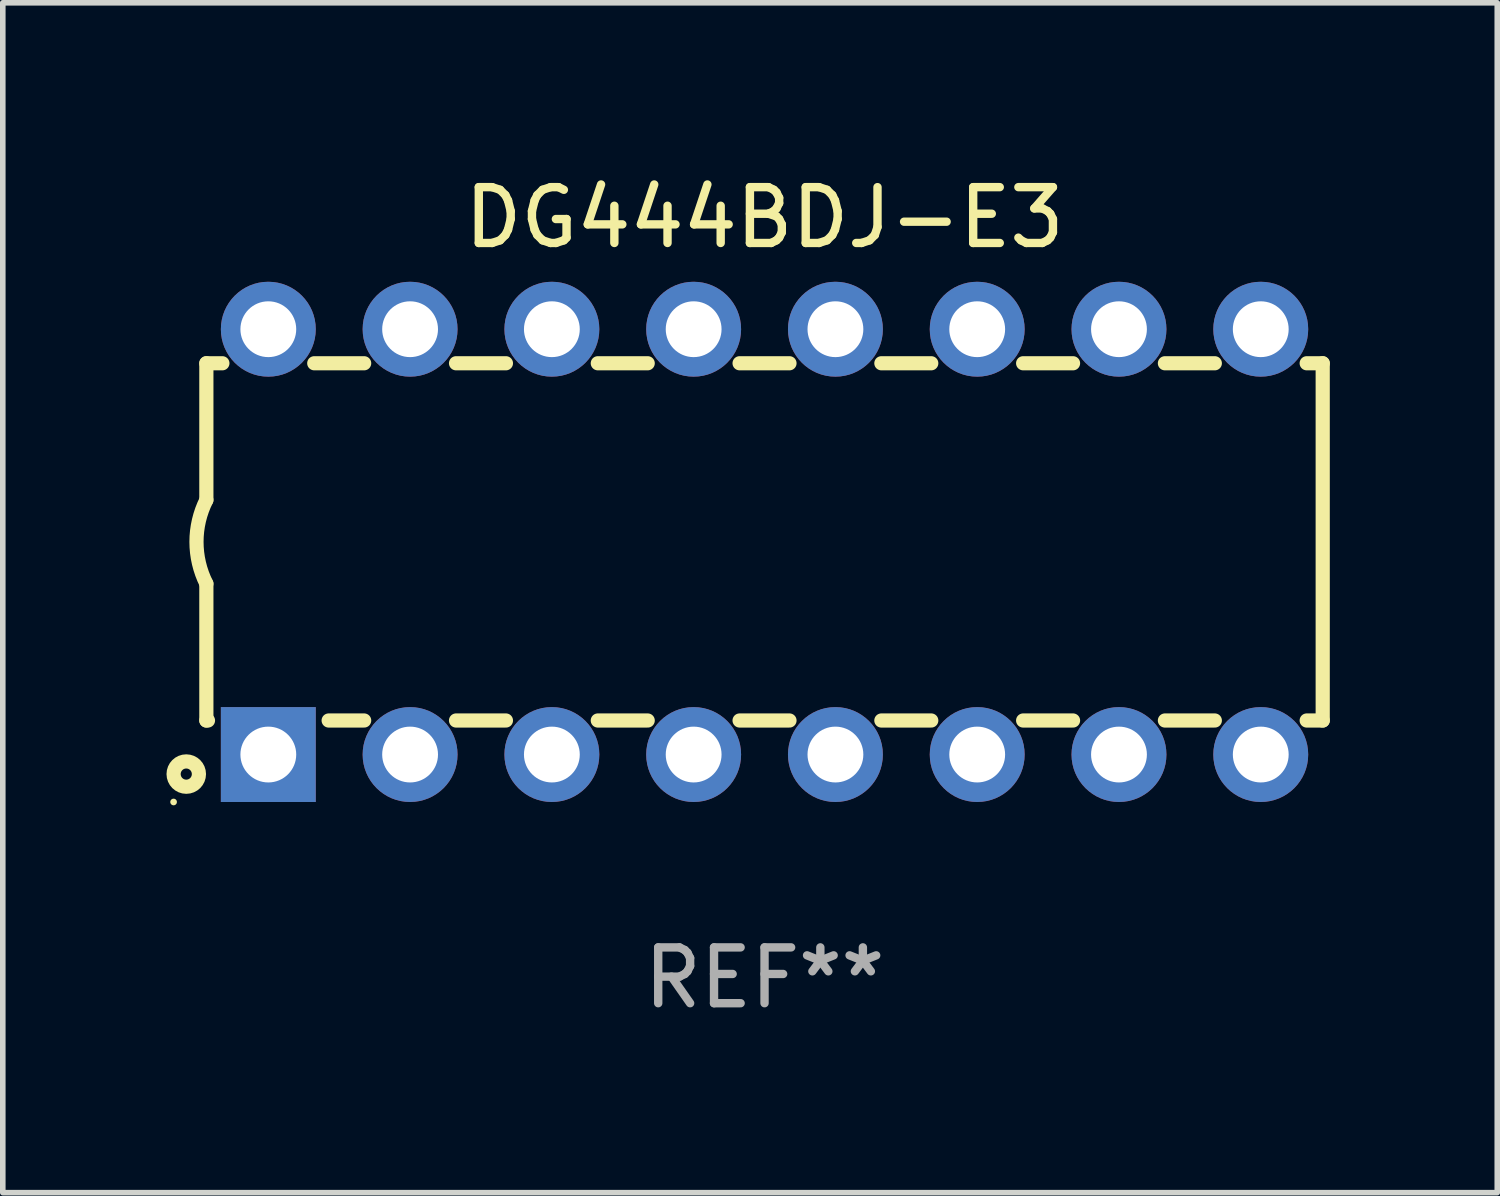
<source format=kicad_pcb>
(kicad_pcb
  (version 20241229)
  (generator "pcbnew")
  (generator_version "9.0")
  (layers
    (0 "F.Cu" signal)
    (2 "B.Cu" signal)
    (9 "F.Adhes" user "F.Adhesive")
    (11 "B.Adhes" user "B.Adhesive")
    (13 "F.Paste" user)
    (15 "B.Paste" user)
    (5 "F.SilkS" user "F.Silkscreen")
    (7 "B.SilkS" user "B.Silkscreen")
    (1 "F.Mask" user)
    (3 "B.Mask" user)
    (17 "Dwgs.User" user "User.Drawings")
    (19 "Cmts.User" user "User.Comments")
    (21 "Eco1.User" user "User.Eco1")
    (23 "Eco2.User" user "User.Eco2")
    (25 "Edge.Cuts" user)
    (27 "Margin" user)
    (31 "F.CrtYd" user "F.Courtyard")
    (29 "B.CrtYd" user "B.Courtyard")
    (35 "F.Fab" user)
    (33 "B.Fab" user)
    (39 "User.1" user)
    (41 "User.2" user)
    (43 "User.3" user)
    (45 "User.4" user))
  (footprint "DG444BDJ-E3"
    (layer "F.Cu")
    (at 10.647 6.658)
    (property "Reference" "DG444BDJ-E3" (at 0 -5.81 0) (layer "F.SilkS") (effects (font (size 1 1) (thickness 0.15))))
    (attr through_hole)
    (fp_line (start -10 -3.2) (end -10 -0.75) (stroke (width 0.254) (type solid)) (layer "F.SilkS"))
    (fp_line (start -10 -3.2) (end -9.713 -3.2) (stroke (width 0.254) (type solid)) (layer "F.SilkS"))
    (fp_line (start -10 3.2) (end -10 0.75) (stroke (width 0.254) (type solid)) (layer "F.SilkS"))
    (fp_line (start -10 3.2) (end -9.971 3.2) (stroke (width 0.254) (type solid)) (layer "F.SilkS"))
    (fp_line (start -8.067 -3.2) (end -7.173 -3.2) (stroke (width 0.254) (type solid)) (layer "F.SilkS"))
    (fp_line (start -7.809 3.2) (end -7.173 3.2) (stroke (width 0.254) (type solid)) (layer "F.SilkS"))
    (fp_line (start -5.527 3.2) (end -4.633 3.2) (stroke (width 0.254) (type solid)) (layer "F.SilkS"))
    (fp_line (start -5.527 -3.2) (end -4.633 -3.2) (stroke (width 0.254) (type solid)) (layer "F.SilkS"))
    (fp_line (start -2.987 3.2) (end -2.093 3.2) (stroke (width 0.254) (type solid)) (layer "F.SilkS"))
    (fp_line (start -2.987 -3.2) (end -2.093 -3.2) (stroke (width 0.254) (type solid)) (layer "F.SilkS"))
    (fp_line (start -0.447 3.2) (end 0.447 3.2) (stroke (width 0.254) (type solid)) (layer "F.SilkS"))
    (fp_line (start -0.447 -3.2) (end 0.447 -3.2) (stroke (width 0.254) (type solid)) (layer "F.SilkS"))
    (fp_line (start 2.093 3.2) (end 2.987 3.2) (stroke (width 0.254) (type solid)) (layer "F.SilkS"))
    (fp_line (start 2.093 -3.2) (end 2.987 -3.2) (stroke (width 0.254) (type solid)) (layer "F.SilkS"))
    (fp_line (start 4.633 3.2) (end 5.527 3.2) (stroke (width 0.254) (type solid)) (layer "F.SilkS"))
    (fp_line (start 4.633 -3.2) (end 5.527 -3.2) (stroke (width 0.254) (type solid)) (layer "F.SilkS"))
    (fp_line (start 7.173 3.2) (end 8.067 3.2) (stroke (width 0.254) (type solid)) (layer "F.SilkS"))
    (fp_line (start 7.173 -3.2) (end 8.067 -3.2) (stroke (width 0.254) (type solid)) (layer "F.SilkS"))
    (fp_line (start 9.713 3.2) (end 10 3.2) (stroke (width 0.254) (type solid)) (layer "F.SilkS"))
    (fp_line (start 9.713 -3.2) (end 10 -3.2) (stroke (width 0.254) (type solid)) (layer "F.SilkS"))
    (fp_line (start 10 -3.2) (end 10 3.2) (stroke (width 0.254) (type solid)) (layer "F.SilkS"))
    (fp_arc (start -10 0.748793) (mid -10.176918 -0.000607) (end -10.000025 -0.750013) (stroke (width 0.254001) (type solid)) (layer "F.SilkS"))
    (fp_circle (center -10.587 4.66) (end -10.557 4.66) (stroke (width 0.06) (type solid)) (fill no) (layer "F.SilkS"))
    (fp_circle (center -10.36 4.16) (end -10.26 4.16) (stroke (width 0.254) (type solid)) (fill no) (layer "F.SilkS"))
    (fp_text user "REF**" (at 0 7.81 0) (layer "F.Fab") (effects (font (size 1 1) (thickness 0.15))))
    (pad "1" thru_hole rect (at -8.89 3.81 90) (size 1.7 1.7) (drill 1) (layers "*.Cu" "*.Mask"))
    (pad "2" thru_hole circle (at -6.35 3.81) (size 1.7 1.7) (drill 1) (layers "*.Cu" "*.Mask"))
    (pad "3" thru_hole circle (at -3.81 3.81) (size 1.7 1.7) (drill 1) (layers "*.Cu" "*.Mask"))
    (pad "4" thru_hole circle (at -1.27 3.81) (size 1.7 1.7) (drill 1) (layers "*.Cu" "*.Mask"))
    (pad "5" thru_hole circle (at 1.27 3.81) (size 1.7 1.7) (drill 1) (layers "*.Cu" "*.Mask"))
    (pad "6" thru_hole circle (at 3.81 3.81) (size 1.7 1.7) (drill 1) (layers "*.Cu" "*.Mask"))
    (pad "7" thru_hole circle (at 6.35 3.81) (size 1.7 1.7) (drill 1) (layers "*.Cu" "*.Mask"))
    (pad "8" thru_hole circle (at 8.89 3.81) (size 1.7 1.7) (drill 1) (layers "*.Cu" "*.Mask"))
    (pad "9" thru_hole circle (at 8.89 -3.81) (size 1.7 1.7) (drill 1) (layers "*.Cu" "*.Mask"))
    (pad "10" thru_hole circle (at 6.35 -3.81) (size 1.7 1.7) (drill 1) (layers "*.Cu" "*.Mask"))
    (pad "11" thru_hole circle (at 3.81 -3.81) (size 1.7 1.7) (drill 1) (layers "*.Cu" "*.Mask"))
    (pad "12" thru_hole circle (at 1.27 -3.81) (size 1.7 1.7) (drill 1) (layers "*.Cu" "*.Mask"))
    (pad "13" thru_hole circle (at -1.27 -3.81) (size 1.7 1.7) (drill 1) (layers "*.Cu" "*.Mask"))
    (pad "14" thru_hole circle (at -3.81 -3.81) (size 1.7 1.7) (drill 1) (layers "*.Cu" "*.Mask"))
    (pad "15" thru_hole circle (at -6.35 -3.81) (size 1.7 1.7) (drill 1) (layers "*.Cu" "*.Mask"))
    (pad "16" thru_hole circle (at -8.89 -3.81) (size 1.7 1.7) (drill 1) (layers "*.Cu" "*.Mask")))
  (gr_rect
    (start -3 -3)
    (end 23.774 18.317)
    (stroke (width 0.1) (type default))
    (fill no)
    (layer "Edge.Cuts")))
</source>
